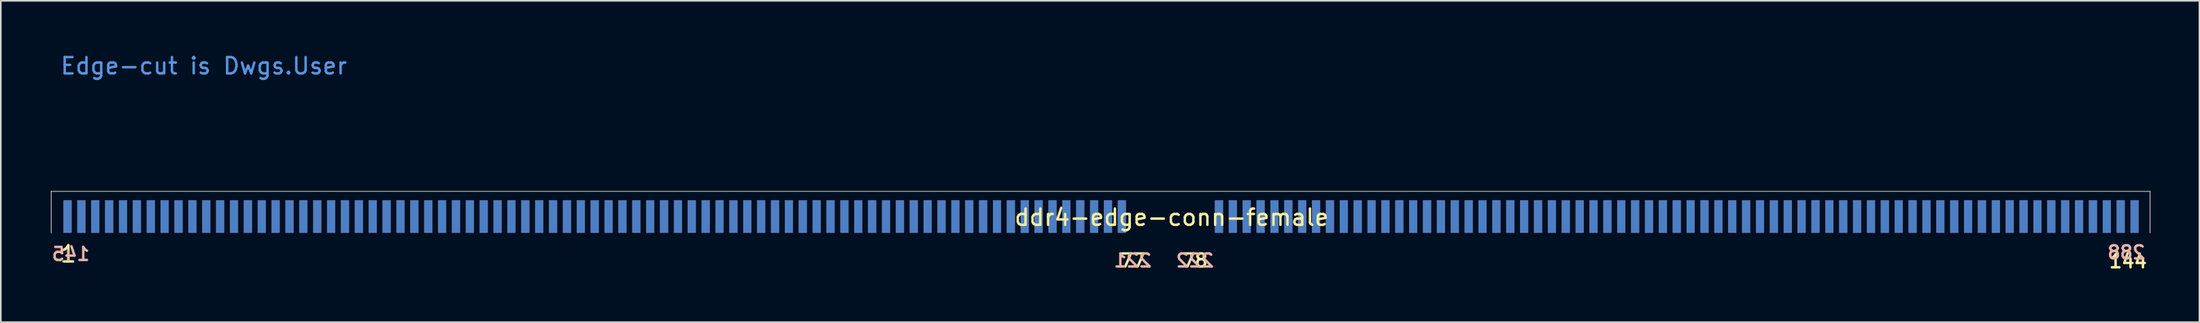
<source format=kicad_pcb>
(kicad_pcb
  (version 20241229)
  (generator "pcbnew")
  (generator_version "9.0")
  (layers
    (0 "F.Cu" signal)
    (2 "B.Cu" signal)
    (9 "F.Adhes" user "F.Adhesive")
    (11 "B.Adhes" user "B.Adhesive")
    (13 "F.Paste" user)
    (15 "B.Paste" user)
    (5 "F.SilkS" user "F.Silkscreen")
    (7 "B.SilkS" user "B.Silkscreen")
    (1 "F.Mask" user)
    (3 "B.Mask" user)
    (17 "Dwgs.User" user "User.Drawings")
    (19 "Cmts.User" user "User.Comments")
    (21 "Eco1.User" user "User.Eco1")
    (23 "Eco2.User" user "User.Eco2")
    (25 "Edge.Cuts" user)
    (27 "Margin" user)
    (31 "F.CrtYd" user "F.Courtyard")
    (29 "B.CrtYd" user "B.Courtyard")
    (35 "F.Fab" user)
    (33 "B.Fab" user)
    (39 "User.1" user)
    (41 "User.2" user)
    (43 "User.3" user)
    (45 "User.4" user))
  (footprint "ddr4-edge-conn-female"
    (layer "F.Cu")
    (at 65.088 0.25)
    (property "Reference" "ddr4-edge-conn-female" (at 3.65 10.05 0) (layer "F.SilkS") (effects (font (size 1 1) (thickness 0.15))))
    (attr exclude_from_pos_files exclude_from_bom)
    (fp_line (start -65 8.45) (end -65 11) (stroke (width 0.05) (type solid)) (layer "Dwgs.User"))
    (fp_line (start 63.6 8.45) (end -65 8.45) (stroke (width 0.05) (type solid)) (layer "Dwgs.User"))
    (fp_line (start 63.6 8.45) (end 63.6 11) (stroke (width 0.05) (type solid)) (layer "Dwgs.User"))
    (fp_text user "77" (at 1.27 12.7 0) (layer "F.SilkS") (effects (font (size 0.8 0.8) (thickness 0.15))))
    (fp_text user "78" (at 5.08 12.7 0) (layer "F.SilkS") (effects (font (size 0.8 0.8) (thickness 0.15))))
    (fp_text user "144" (at 62.25 12.75 0) (layer "F.SilkS") (effects (font (size 0.8 0.8) (thickness 0.15))))
    (fp_text user "1" (at -63.95 12.3 0) (layer "F.SilkS") (effects (font (size 1 1) (thickness 0.15))))
    (fp_text user "222" (at 5.08 12.7 0) (layer "B.SilkS") (effects (font (size 0.8 0.8) (thickness 0.15)) (justify mirror)))
    (fp_text user "145" (at -63.8 12.3 0) (layer "B.SilkS") (effects (font (size 0.8 0.8) (thickness 0.15)) (justify mirror)))
    (fp_text user "288" (at 62.15 12.2 0) (layer "B.SilkS") (effects (font (size 0.8 0.8) (thickness 0.15)) (justify mirror)))
    (fp_text user "221" (at 1.27 12.7 0) (layer "B.SilkS") (effects (font (size 0.8 0.8) (thickness 0.15)) (justify mirror)))
    (fp_text user "Edge-cut is Dwgs.User" (at -55.65 0.75 0) (layer "Cmts.User") (effects (font (size 1 1) (thickness 0.15))))
    (pad "1" smd rect (at -64 10) (size 0.5 2) (layers "F.Cu" "F.Mask"))
    (pad "2" smd rect (at -63.15 10) (size 0.5 2) (layers "F.Cu" "F.Mask"))
    (pad "3" smd rect (at -62.3 10) (size 0.5 2) (layers "F.Cu" "F.Mask"))
    (pad "4" smd rect (at -61.45 10) (size 0.5 2) (layers "F.Cu" "F.Mask"))
    (pad "5" smd rect (at -60.6 10) (size 0.5 2) (layers "F.Cu" "F.Mask"))
    (pad "6" smd rect (at -59.75 10) (size 0.5 2) (layers "F.Cu" "F.Mask"))
    (pad "7" smd rect (at -58.9 10) (size 0.5 2) (layers "F.Cu" "F.Mask"))
    (pad "8" smd rect (at -58.05 10) (size 0.5 2) (layers "F.Cu" "F.Mask"))
    (pad "9" smd rect (at -57.2 10) (size 0.5 2) (layers "F.Cu" "F.Mask"))
    (pad "10" smd rect (at -56.35 10) (size 0.5 2) (layers "F.Cu" "F.Mask"))
    (pad "11" smd rect (at -55.5 10) (size 0.5 2) (layers "F.Cu" "F.Mask"))
    (pad "12" smd rect (at -54.65 10) (size 0.5 2) (layers "F.Cu" "F.Mask"))
    (pad "13" smd rect (at -53.8 10) (size 0.5 2) (layers "F.Cu" "F.Mask"))
    (pad "14" smd rect (at -52.95 10) (size 0.5 2) (layers "F.Cu" "F.Mask"))
    (pad "15" smd rect (at -52.1 10) (size 0.5 2) (layers "F.Cu" "F.Mask"))
    (pad "16" smd rect (at -51.25 10) (size 0.5 2) (layers "F.Cu" "F.Mask"))
    (pad "17" smd rect (at -50.4 10) (size 0.5 2) (layers "F.Cu" "F.Mask"))
    (pad "18" smd rect (at -49.55 10) (size 0.5 2) (layers "F.Cu" "F.Mask"))
    (pad "19" smd rect (at -48.7 10) (size 0.5 2) (layers "F.Cu" "F.Mask"))
    (pad "20" smd rect (at -47.85 10) (size 0.5 2) (layers "F.Cu" "F.Mask"))
    (pad "21" smd rect (at -47 10) (size 0.5 2) (layers "F.Cu" "F.Mask"))
    (pad "22" smd rect (at -46.15 10) (size 0.5 2) (layers "F.Cu" "F.Mask"))
    (pad "23" smd rect (at -45.3 10) (size 0.5 2) (layers "F.Cu" "F.Mask"))
    (pad "24" smd rect (at -44.45 10) (size 0.5 2) (layers "F.Cu" "F.Mask"))
    (pad "25" smd rect (at -43.6 10) (size 0.5 2) (layers "F.Cu" "F.Mask"))
    (pad "26" smd rect (at -42.75 10) (size 0.5 2) (layers "F.Cu" "F.Mask"))
    (pad "27" smd rect (at -41.9 10) (size 0.5 2) (layers "F.Cu" "F.Mask"))
    (pad "28" smd rect (at -41.05 10) (size 0.5 2) (layers "F.Cu" "F.Mask"))
    (pad "29" smd rect (at -40.2 10) (size 0.5 2) (layers "F.Cu" "F.Mask"))
    (pad "30" smd rect (at -39.35 10) (size 0.5 2) (layers "F.Cu" "F.Mask"))
    (pad "31" smd rect (at -38.5 10) (size 0.5 2) (layers "F.Cu" "F.Mask"))
    (pad "32" smd rect (at -37.65 10) (size 0.5 2) (layers "F.Cu" "F.Mask"))
    (pad "33" smd rect (at -36.8 10) (size 0.5 2) (layers "F.Cu" "F.Mask"))
    (pad "34" smd rect (at -35.95 10) (size 0.5 2) (layers "F.Cu" "F.Mask"))
    (pad "35" smd rect (at -35.1 10) (size 0.5 2) (layers "F.Cu" "F.Mask"))
    (pad "36" smd rect (at -34.25 10) (size 0.5 2) (layers "F.Cu" "F.Mask"))
    (pad "37" smd rect (at -33.4 10) (size 0.5 2) (layers "F.Cu" "F.Mask"))
    (pad "38" smd rect (at -32.55 10) (size 0.5 2) (layers "F.Cu" "F.Mask"))
    (pad "39" smd rect (at -31.7 10) (size 0.5 2) (layers "F.Cu" "F.Mask"))
    (pad "40" smd rect (at -30.85 10) (size 0.5 2) (layers "F.Cu" "F.Mask"))
    (pad "41" smd rect (at -30 10) (size 0.5 2) (layers "F.Cu" "F.Mask"))
    (pad "42" smd rect (at -29.15 10) (size 0.5 2) (layers "F.Cu" "F.Mask"))
    (pad "43" smd rect (at -28.3 10) (size 0.5 2) (layers "F.Cu" "F.Mask"))
    (pad "44" smd rect (at -27.45 10) (size 0.5 2) (layers "F.Cu" "F.Mask"))
    (pad "45" smd rect (at -26.6 10) (size 0.5 2) (layers "F.Cu" "F.Mask"))
    (pad "46" smd rect (at -25.75 10) (size 0.5 2) (layers "F.Cu" "F.Mask"))
    (pad "47" smd rect (at -24.9 10) (size 0.5 2) (layers "F.Cu" "F.Mask"))
    (pad "48" smd rect (at -24.05 10) (size 0.5 2) (layers "F.Cu" "F.Mask"))
    (pad "49" smd rect (at -23.2 10) (size 0.5 2) (layers "F.Cu" "F.Mask"))
    (pad "50" smd rect (at -22.35 10) (size 0.5 2) (layers "F.Cu" "F.Mask"))
    (pad "51" smd rect (at -21.5 10) (size 0.5 2) (layers "F.Cu" "F.Mask"))
    (pad "52" smd rect (at -20.65 10) (size 0.5 2) (layers "F.Cu" "F.Mask"))
    (pad "53" smd rect (at -19.8 10) (size 0.5 2) (layers "F.Cu" "F.Mask"))
    (pad "54" smd rect (at -18.95 10) (size 0.5 2) (layers "F.Cu" "F.Mask"))
    (pad "55" smd rect (at -18.1 10) (size 0.5 2) (layers "F.Cu" "F.Mask"))
    (pad "56" smd rect (at -17.25 10) (size 0.5 2) (layers "F.Cu" "F.Mask"))
    (pad "57" smd rect (at -16.4 10) (size 0.5 2) (layers "F.Cu" "F.Mask"))
    (pad "58" smd rect (at -15.55 10) (size 0.5 2) (layers "F.Cu" "F.Mask"))
    (pad "59" smd rect (at -14.7 10) (size 0.5 2) (layers "F.Cu" "F.Mask"))
    (pad "60" smd rect (at -13.85 10) (size 0.5 2) (layers "F.Cu" "F.Mask"))
    (pad "61" smd rect (at -13 10) (size 0.5 2) (layers "F.Cu" "F.Mask"))
    (pad "62" smd rect (at -12.15 10) (size 0.5 2) (layers "F.Cu" "F.Mask"))
    (pad "63" smd rect (at -11.3 10) (size 0.5 2) (layers "F.Cu" "F.Mask"))
    (pad "64" smd rect (at -10.45 10) (size 0.5 2) (layers "F.Cu" "F.Mask"))
    (pad "65" smd rect (at -9.6 10) (size 0.5 2) (layers "F.Cu" "F.Mask"))
    (pad "66" smd rect (at -8.75 10) (size 0.5 2) (layers "F.Cu" "F.Mask"))
    (pad "67" smd rect (at -7.9 10) (size 0.5 2) (layers "F.Cu" "F.Mask"))
    (pad "68" smd rect (at -7.05 10) (size 0.5 2) (layers "F.Cu" "F.Mask"))
    (pad "69" smd rect (at -6.2 10) (size 0.5 2) (layers "F.Cu" "F.Mask"))
    (pad "70" smd rect (at -5.35 10) (size 0.5 2) (layers "F.Cu" "F.Mask"))
    (pad "71" smd rect (at -4.5 10) (size 0.5 2) (layers "F.Cu" "F.Mask"))
    (pad "72" smd rect (at -3.65 10) (size 0.5 2) (layers "F.Cu" "F.Mask"))
    (pad "73" smd rect (at -2.8 10) (size 0.5 2) (layers "F.Cu" "F.Mask"))
    (pad "74" smd rect (at -1.95 10) (size 0.5 2) (layers "F.Cu" "F.Mask"))
    (pad "75" smd rect (at -1.1 10) (size 0.5 2) (layers "F.Cu" "F.Mask"))
    (pad "76" smd rect (at -0.25 10) (size 0.5 2) (layers "F.Cu" "F.Mask"))
    (pad "77" smd rect (at 0.6 10) (size 0.5 2) (layers "F.Cu" "F.Mask"))
    (pad "78" smd rect (at 6.55 10) (size 0.5 2) (layers "F.Cu" "F.Mask"))
    (pad "79" smd rect (at 7.4 10) (size 0.5 2) (layers "F.Cu" "F.Mask"))
    (pad "80" smd rect (at 8.25 10) (size 0.5 2) (layers "F.Cu" "F.Mask"))
    (pad "81" smd rect (at 9.1 10) (size 0.5 2) (layers "F.Cu" "F.Mask"))
    (pad "82" smd rect (at 9.95 10) (size 0.5 2) (layers "F.Cu" "F.Mask"))
    (pad "83" smd rect (at 10.8 10) (size 0.5 2) (layers "F.Cu" "F.Mask"))
    (pad "84" smd rect (at 11.65 10) (size 0.5 2) (layers "F.Cu" "F.Mask"))
    (pad "85" smd rect (at 12.5 10) (size 0.5 2) (layers "F.Cu" "F.Mask"))
    (pad "86" smd rect (at 13.35 10) (size 0.5 2) (layers "F.Cu" "F.Mask"))
    (pad "87" smd rect (at 14.2 10) (size 0.5 2) (layers "F.Cu" "F.Mask"))
    (pad "88" smd rect (at 15.05 10) (size 0.5 2) (layers "F.Cu" "F.Mask"))
    (pad "89" smd rect (at 15.9 10) (size 0.5 2) (layers "F.Cu" "F.Mask"))
    (pad "90" smd rect (at 16.75 10) (size 0.5 2) (layers "F.Cu" "F.Mask"))
    (pad "91" smd rect (at 17.6 10) (size 0.5 2) (layers "F.Cu" "F.Mask"))
    (pad "92" smd rect (at 18.45 10) (size 0.5 2) (layers "F.Cu" "F.Mask"))
    (pad "93" smd rect (at 19.3 10) (size 0.5 2) (layers "F.Cu" "F.Mask"))
    (pad "94" smd rect (at 20.15 10) (size 0.5 2) (layers "F.Cu" "F.Mask"))
    (pad "95" smd rect (at 21 10) (size 0.5 2) (layers "F.Cu" "F.Mask"))
    (pad "96" smd rect (at 21.85 10) (size 0.5 2) (layers "F.Cu" "F.Mask"))
    (pad "97" smd rect (at 22.7 10) (size 0.5 2) (layers "F.Cu" "F.Mask"))
    (pad "98" smd rect (at 23.55 10) (size 0.5 2) (layers "F.Cu" "F.Mask"))
    (pad "99" smd rect (at 24.4 10) (size 0.5 2) (layers "F.Cu" "F.Mask"))
    (pad "100" smd rect (at 25.25 10) (size 0.5 2) (layers "F.Cu" "F.Mask"))
    (pad "101" smd rect (at 26.1 10) (size 0.5 2) (layers "F.Cu" "F.Mask"))
    (pad "102" smd rect (at 26.95 10) (size 0.5 2) (layers "F.Cu" "F.Mask"))
    (pad "103" smd rect (at 27.8 10) (size 0.5 2) (layers "F.Cu" "F.Mask"))
    (pad "104" smd rect (at 28.65 10) (size 0.5 2) (layers "F.Cu" "F.Mask"))
    (pad "105" smd rect (at 29.5 10) (size 0.5 2) (layers "F.Cu" "F.Mask"))
    (pad "106" smd rect (at 30.35 10) (size 0.5 2) (layers "F.Cu" "F.Mask"))
    (pad "107" smd rect (at 31.2 10) (size 0.5 2) (layers "F.Cu" "F.Mask"))
    (pad "108" smd rect (at 32.05 10) (size 0.5 2) (layers "F.Cu" "F.Mask"))
    (pad "109" smd rect (at 32.9 10) (size 0.5 2) (layers "F.Cu" "F.Mask"))
    (pad "110" smd rect (at 33.75 10) (size 0.5 2) (layers "F.Cu" "F.Mask"))
    (pad "111" smd rect (at 34.6 10) (size 0.5 2) (layers "F.Cu" "F.Mask"))
    (pad "112" smd rect (at 35.45 10) (size 0.5 2) (layers "F.Cu" "F.Mask"))
    (pad "113" smd rect (at 36.3 10) (size 0.5 2) (layers "F.Cu" "F.Mask"))
    (pad "114" smd rect (at 37.15 10) (size 0.5 2) (layers "F.Cu" "F.Mask"))
    (pad "115" smd rect (at 38 10) (size 0.5 2) (layers "F.Cu" "F.Mask"))
    (pad "116" smd rect (at 38.85 10) (size 0.5 2) (layers "F.Cu" "F.Mask"))
    (pad "117" smd rect (at 39.7 10) (size 0.5 2) (layers "F.Cu" "F.Mask"))
    (pad "118" smd rect (at 40.55 10) (size 0.5 2) (layers "F.Cu" "F.Mask"))
    (pad "119" smd rect (at 41.4 10) (size 0.5 2) (layers "F.Cu" "F.Mask"))
    (pad "120" smd rect (at 42.25 10) (size 0.5 2) (layers "F.Cu" "F.Mask"))
    (pad "121" smd rect (at 43.1 10) (size 0.5 2) (layers "F.Cu" "F.Mask"))
    (pad "122" smd rect (at 43.95 10) (size 0.5 2) (layers "F.Cu" "F.Mask"))
    (pad "123" smd rect (at 44.8 10) (size 0.5 2) (layers "F.Cu" "F.Mask"))
    (pad "124" smd rect (at 45.65 10) (size 0.5 2) (layers "F.Cu" "F.Mask"))
    (pad "125" smd rect (at 46.5 10) (size 0.5 2) (layers "F.Cu" "F.Mask"))
    (pad "126" smd rect (at 47.35 10) (size 0.5 2) (layers "F.Cu" "F.Mask"))
    (pad "127" smd rect (at 48.2 10) (size 0.5 2) (layers "F.Cu" "F.Mask"))
    (pad "128" smd rect (at 49.05 10) (size 0.5 2) (layers "F.Cu" "F.Mask"))
    (pad "129" smd rect (at 49.9 10) (size 0.5 2) (layers "F.Cu" "F.Mask"))
    (pad "130" smd rect (at 50.75 10) (size 0.5 2) (layers "F.Cu" "F.Mask"))
    (pad "131" smd rect (at 51.6 10) (size 0.5 2) (layers "F.Cu" "F.Mask"))
    (pad "132" smd rect (at 52.45 10) (size 0.5 2) (layers "F.Cu" "F.Mask"))
    (pad "133" smd rect (at 53.3 10) (size 0.5 2) (layers "F.Cu" "F.Mask"))
    (pad "134" smd rect (at 54.15 10) (size 0.5 2) (layers "F.Cu" "F.Mask"))
    (pad "135" smd rect (at 55 10) (size 0.5 2) (layers "F.Cu" "F.Mask"))
    (pad "136" smd rect (at 55.85 10) (size 0.5 2) (layers "F.Cu" "F.Mask"))
    (pad "137" smd rect (at 56.7 10) (size 0.5 2) (layers "F.Cu" "F.Mask"))
    (pad "138" smd rect (at 57.55 10) (size 0.5 2) (layers "F.Cu" "F.Mask"))
    (pad "139" smd rect (at 58.4 10) (size 0.5 2) (layers "F.Cu" "F.Mask"))
    (pad "140" smd rect (at 59.25 10) (size 0.5 2) (layers "F.Cu" "F.Mask"))
    (pad "141" smd rect (at 60.1 10) (size 0.5 2) (layers "F.Cu" "F.Mask"))
    (pad "142" smd rect (at 60.95 10) (size 0.5 2) (layers "F.Cu" "F.Mask"))
    (pad "143" smd rect (at 61.8 10) (size 0.5 2) (layers "F.Cu" "F.Mask"))
    (pad "144" smd rect (at 62.65 10) (size 0.5 2) (layers "F.Cu" "F.Mask"))
    (pad "145" smd rect (at -64 10 180) (size 0.5 2) (layers "B.Cu" "B.Mask"))
    (pad "146" smd rect (at -63.15 10 180) (size 0.5 2) (layers "B.Cu" "B.Mask"))
    (pad "147" smd rect (at -62.3 10 180) (size 0.5 2) (layers "B.Cu" "B.Mask"))
    (pad "148" smd rect (at -61.45 10 180) (size 0.5 2) (layers "B.Cu" "B.Mask"))
    (pad "149" smd rect (at -60.6 10 180) (size 0.5 2) (layers "B.Cu" "B.Mask"))
    (pad "150" smd rect (at -59.75 10 180) (size 0.5 2) (layers "B.Cu" "B.Mask"))
    (pad "151" smd rect (at -58.9 10 180) (size 0.5 2) (layers "B.Cu" "B.Mask"))
    (pad "152" smd rect (at -58.05 10 180) (size 0.5 2) (layers "B.Cu" "B.Mask"))
    (pad "153" smd rect (at -57.2 10 180) (size 0.5 2) (layers "B.Cu" "B.Mask"))
    (pad "154" smd rect (at -56.35 10 180) (size 0.5 2) (layers "B.Cu" "B.Mask"))
    (pad "155" smd rect (at -55.5 10 180) (size 0.5 2) (layers "B.Cu" "B.Mask"))
    (pad "156" smd rect (at -54.65 10 180) (size 0.5 2) (layers "B.Cu" "B.Mask"))
    (pad "157" smd rect (at -53.8 10 180) (size 0.5 2) (layers "B.Cu" "B.Mask"))
    (pad "158" smd rect (at -52.95 10 180) (size 0.5 2) (layers "B.Cu" "B.Mask"))
    (pad "159" smd rect (at -52.1 10 180) (size 0.5 2) (layers "B.Cu" "B.Mask"))
    (pad "160" smd rect (at -51.25 10 180) (size 0.5 2) (layers "B.Cu" "B.Mask"))
    (pad "161" smd rect (at -50.4 10 180) (size 0.5 2) (layers "B.Cu" "B.Mask"))
    (pad "162" smd rect (at -49.55 10 180) (size 0.5 2) (layers "B.Cu" "B.Mask"))
    (pad "163" smd rect (at -48.7 10 180) (size 0.5 2) (layers "B.Cu" "B.Mask"))
    (pad "164" smd rect (at -47.85 10 180) (size 0.5 2) (layers "B.Cu" "B.Mask"))
    (pad "165" smd rect (at -47 10 180) (size 0.5 2) (layers "B.Cu" "B.Mask"))
    (pad "166" smd rect (at -46.15 10 180) (size 0.5 2) (layers "B.Cu" "B.Mask"))
    (pad "167" smd rect (at -45.3 10 180) (size 0.5 2) (layers "B.Cu" "B.Mask"))
    (pad "168" smd rect (at -44.45 10 180) (size 0.5 2) (layers "B.Cu" "B.Mask"))
    (pad "169" smd rect (at -43.6 10 180) (size 0.5 2) (layers "B.Cu" "B.Mask"))
    (pad "170" smd rect (at -42.75 10 180) (size 0.5 2) (layers "B.Cu" "B.Mask"))
    (pad "171" smd rect (at -41.9 10 180) (size 0.5 2) (layers "B.Cu" "B.Mask"))
    (pad "172" smd rect (at -41.05 10 180) (size 0.5 2) (layers "B.Cu" "B.Mask"))
    (pad "173" smd rect (at -40.2 10 180) (size 0.5 2) (layers "B.Cu" "B.Mask"))
    (pad "174" smd rect (at -39.35 10 180) (size 0.5 2) (layers "B.Cu" "B.Mask"))
    (pad "175" smd rect (at -38.5 10 180) (size 0.5 2) (layers "B.Cu" "B.Mask"))
    (pad "176" smd rect (at -37.65 10 180) (size 0.5 2) (layers "B.Cu" "B.Mask"))
    (pad "177" smd rect (at -36.8 10 180) (size 0.5 2) (layers "B.Cu" "B.Mask"))
    (pad "178" smd rect (at -35.95 10 180) (size 0.5 2) (layers "B.Cu" "B.Mask"))
    (pad "179" smd rect (at -35.1 10 180) (size 0.5 2) (layers "B.Cu" "B.Mask"))
    (pad "180" smd rect (at -34.25 10 180) (size 0.5 2) (layers "B.Cu" "B.Mask"))
    (pad "181" smd rect (at -33.4 10 180) (size 0.5 2) (layers "B.Cu" "B.Mask"))
    (pad "182" smd rect (at -32.55 10 180) (size 0.5 2) (layers "B.Cu" "B.Mask"))
    (pad "183" smd rect (at -31.7 10 180) (size 0.5 2) (layers "B.Cu" "B.Mask"))
    (pad "184" smd rect (at -30.85 10 180) (size 0.5 2) (layers "B.Cu" "B.Mask"))
    (pad "185" smd rect (at -30 10 180) (size 0.5 2) (layers "B.Cu" "B.Mask"))
    (pad "186" smd rect (at -29.15 10 180) (size 0.5 2) (layers "B.Cu" "B.Mask"))
    (pad "187" smd rect (at -28.3 10 180) (size 0.5 2) (layers "B.Cu" "B.Mask"))
    (pad "188" smd rect (at -27.45 10 180) (size 0.5 2) (layers "B.Cu" "B.Mask"))
    (pad "189" smd rect (at -26.6 10 180) (size 0.5 2) (layers "B.Cu" "B.Mask"))
    (pad "190" smd rect (at -25.75 10 180) (size 0.5 2) (layers "B.Cu" "B.Mask"))
    (pad "191" smd rect (at -24.9 10 180) (size 0.5 2) (layers "B.Cu" "B.Mask"))
    (pad "192" smd rect (at -24.05 10 180) (size 0.5 2) (layers "B.Cu" "B.Mask"))
    (pad "193" smd rect (at -23.2 10 180) (size 0.5 2) (layers "B.Cu" "B.Mask"))
    (pad "194" smd rect (at -22.35 10 180) (size 0.5 2) (layers "B.Cu" "B.Mask"))
    (pad "195" smd rect (at -21.5 10 180) (size 0.5 2) (layers "B.Cu" "B.Mask"))
    (pad "196" smd rect (at -20.65 10 180) (size 0.5 2) (layers "B.Cu" "B.Mask"))
    (pad "197" smd rect (at -19.8 10 180) (size 0.5 2) (layers "B.Cu" "B.Mask"))
    (pad "198" smd rect (at -18.95 10 180) (size 0.5 2) (layers "B.Cu" "B.Mask"))
    (pad "199" smd rect (at -18.1 10 180) (size 0.5 2) (layers "B.Cu" "B.Mask"))
    (pad "200" smd rect (at -17.25 10 180) (size 0.5 2) (layers "B.Cu" "B.Mask"))
    (pad "201" smd rect (at -16.4 10 180) (size 0.5 2) (layers "B.Cu" "B.Mask"))
    (pad "202" smd rect (at -15.55 10 180) (size 0.5 2) (layers "B.Cu" "B.Mask"))
    (pad "203" smd rect (at -14.7 10 180) (size 0.5 2) (layers "B.Cu" "B.Mask"))
    (pad "204" smd rect (at -13.85 10 180) (size 0.5 2) (layers "B.Cu" "B.Mask"))
    (pad "205" smd rect (at -13 10 180) (size 0.5 2) (layers "B.Cu" "B.Mask"))
    (pad "206" smd rect (at -12.15 10 180) (size 0.5 2) (layers "B.Cu" "B.Mask"))
    (pad "207" smd rect (at -11.3 10 180) (size 0.5 2) (layers "B.Cu" "B.Mask"))
    (pad "208" smd rect (at -10.45 10 180) (size 0.5 2) (layers "B.Cu" "B.Mask"))
    (pad "209" smd rect (at -9.6 10 180) (size 0.5 2) (layers "B.Cu" "B.Mask"))
    (pad "210" smd rect (at -8.75 10 180) (size 0.5 2) (layers "B.Cu" "B.Mask"))
    (pad "211" smd rect (at -7.9 10 180) (size 0.5 2) (layers "B.Cu" "B.Mask"))
    (pad "212" smd rect (at -7.05 10 180) (size 0.5 2) (layers "B.Cu" "B.Mask"))
    (pad "213" smd rect (at -6.2 10 180) (size 0.5 2) (layers "B.Cu" "B.Mask"))
    (pad "214" smd rect (at -5.35 10 180) (size 0.5 2) (layers "B.Cu" "B.Mask"))
    (pad "215" smd rect (at -4.5 10 180) (size 0.5 2) (layers "B.Cu" "B.Mask"))
    (pad "216" smd rect (at -3.65 10 180) (size 0.5 2) (layers "B.Cu" "B.Mask"))
    (pad "217" smd rect (at -2.8 10 180) (size 0.5 2) (layers "B.Cu" "B.Mask"))
    (pad "218" smd rect (at -1.95 10 180) (size 0.5 2) (layers "B.Cu" "B.Mask"))
    (pad "219" smd rect (at -1.1 10 180) (size 0.5 2) (layers "B.Cu" "B.Mask"))
    (pad "220" smd rect (at -0.25 10 180) (size 0.5 2) (layers "B.Cu" "B.Mask"))
    (pad "221" smd rect (at 0.6 10 180) (size 0.5 2) (layers "B.Cu" "B.Mask"))
    (pad "222" smd rect (at 6.55 10 180) (size 0.5 2) (layers "B.Cu" "B.Mask"))
    (pad "223" smd rect (at 7.4 10 180) (size 0.5 2) (layers "B.Cu" "B.Mask"))
    (pad "224" smd rect (at 8.25 10 180) (size 0.5 2) (layers "B.Cu" "B.Mask"))
    (pad "225" smd rect (at 9.1 10 180) (size 0.5 2) (layers "B.Cu" "B.Mask"))
    (pad "226" smd rect (at 9.95 10 180) (size 0.5 2) (layers "B.Cu" "B.Mask"))
    (pad "227" smd rect (at 10.8 10 180) (size 0.5 2) (layers "B.Cu" "B.Mask"))
    (pad "228" smd rect (at 11.65 10 180) (size 0.5 2) (layers "B.Cu" "B.Mask"))
    (pad "229" smd rect (at 12.5 10 180) (size 0.5 2) (layers "B.Cu" "B.Mask"))
    (pad "230" smd rect (at 13.35 10 180) (size 0.5 2) (layers "B.Cu" "B.Mask"))
    (pad "231" smd rect (at 14.2 10 180) (size 0.5 2) (layers "B.Cu" "B.Mask"))
    (pad "232" smd rect (at 15.05 10 180) (size 0.5 2) (layers "B.Cu" "B.Mask"))
    (pad "233" smd rect (at 15.9 10 180) (size 0.5 2) (layers "B.Cu" "B.Mask"))
    (pad "234" smd rect (at 16.75 10 180) (size 0.5 2) (layers "B.Cu" "B.Mask"))
    (pad "235" smd rect (at 17.6 10 180) (size 0.5 2) (layers "B.Cu" "B.Mask"))
    (pad "236" smd rect (at 18.45 10 180) (size 0.5 2) (layers "B.Cu" "B.Mask"))
    (pad "237" smd rect (at 19.3 10 180) (size 0.5 2) (layers "B.Cu" "B.Mask"))
    (pad "238" smd rect (at 20.15 10 180) (size 0.5 2) (layers "B.Cu" "B.Mask"))
    (pad "239" smd rect (at 21 10 180) (size 0.5 2) (layers "B.Cu" "B.Mask"))
    (pad "240" smd rect (at 21.85 10 180) (size 0.5 2) (layers "B.Cu" "B.Mask"))
    (pad "241" smd rect (at 22.7 10 180) (size 0.5 2) (layers "B.Cu" "B.Mask"))
    (pad "242" smd rect (at 23.55 10 180) (size 0.5 2) (layers "B.Cu" "B.Mask"))
    (pad "243" smd rect (at 24.4 10 180) (size 0.5 2) (layers "B.Cu" "B.Mask"))
    (pad "244" smd rect (at 25.25 10 180) (size 0.5 2) (layers "B.Cu" "B.Mask"))
    (pad "245" smd rect (at 26.1 10 180) (size 0.5 2) (layers "B.Cu" "B.Mask"))
    (pad "246" smd rect (at 26.95 10 180) (size 0.5 2) (layers "B.Cu" "B.Mask"))
    (pad "247" smd rect (at 27.8 10 180) (size 0.5 2) (layers "B.Cu" "B.Mask"))
    (pad "248" smd rect (at 28.65 10 180) (size 0.5 2) (layers "B.Cu" "B.Mask"))
    (pad "249" smd rect (at 29.5 10 180) (size 0.5 2) (layers "B.Cu" "B.Mask"))
    (pad "250" smd rect (at 30.35 10 180) (size 0.5 2) (layers "B.Cu" "B.Mask"))
    (pad "251" smd rect (at 31.2 10 180) (size 0.5 2) (layers "B.Cu" "B.Mask"))
    (pad "252" smd rect (at 32.05 10 180) (size 0.5 2) (layers "B.Cu" "B.Mask"))
    (pad "253" smd rect (at 32.9 10 180) (size 0.5 2) (layers "B.Cu" "B.Mask"))
    (pad "254" smd rect (at 33.75 10 180) (size 0.5 2) (layers "B.Cu" "B.Mask"))
    (pad "255" smd rect (at 34.6 10 180) (size 0.5 2) (layers "B.Cu" "B.Mask"))
    (pad "256" smd rect (at 35.45 10 180) (size 0.5 2) (layers "B.Cu" "B.Mask"))
    (pad "257" smd rect (at 36.3 10 180) (size 0.5 2) (layers "B.Cu" "B.Mask"))
    (pad "258" smd rect (at 37.15 10 180) (size 0.5 2) (layers "B.Cu" "B.Mask"))
    (pad "259" smd rect (at 38 10 180) (size 0.5 2) (layers "B.Cu" "B.Mask"))
    (pad "260" smd rect (at 38.85 10 180) (size 0.5 2) (layers "B.Cu" "B.Mask"))
    (pad "261" smd rect (at 39.7 10 180) (size 0.5 2) (layers "B.Cu" "B.Mask"))
    (pad "262" smd rect (at 40.55 10 180) (size 0.5 2) (layers "B.Cu" "B.Mask"))
    (pad "263" smd rect (at 41.4 10 180) (size 0.5 2) (layers "B.Cu" "B.Mask"))
    (pad "264" smd rect (at 42.25 10 180) (size 0.5 2) (layers "B.Cu" "B.Mask"))
    (pad "265" smd rect (at 43.1 10 180) (size 0.5 2) (layers "B.Cu" "B.Mask"))
    (pad "266" smd rect (at 43.95 10 180) (size 0.5 2) (layers "B.Cu" "B.Mask"))
    (pad "267" smd rect (at 44.8 10 180) (size 0.5 2) (layers "B.Cu" "B.Mask"))
    (pad "268" smd rect (at 45.65 10 180) (size 0.5 2) (layers "B.Cu" "B.Mask"))
    (pad "269" smd rect (at 46.5 10 180) (size 0.5 2) (layers "B.Cu" "B.Mask"))
    (pad "270" smd rect (at 47.35 10 180) (size 0.5 2) (layers "B.Cu" "B.Mask"))
    (pad "271" smd rect (at 48.2 10 180) (size 0.5 2) (layers "B.Cu" "B.Mask"))
    (pad "272" smd rect (at 49.05 10 180) (size 0.5 2) (layers "B.Cu" "B.Mask"))
    (pad "273" smd rect (at 49.9 10 180) (size 0.5 2) (layers "B.Cu" "B.Mask"))
    (pad "274" smd rect (at 50.75 10 180) (size 0.5 2) (layers "B.Cu" "B.Mask"))
    (pad "275" smd rect (at 51.6 10 180) (size 0.5 2) (layers "B.Cu" "B.Mask"))
    (pad "276" smd rect (at 52.45 10 180) (size 0.5 2) (layers "B.Cu" "B.Mask"))
    (pad "277" smd rect (at 53.3 10 180) (size 0.5 2) (layers "B.Cu" "B.Mask"))
    (pad "278" smd rect (at 54.15 10 180) (size 0.5 2) (layers "B.Cu" "B.Mask"))
    (pad "279" smd rect (at 55 10 180) (size 0.5 2) (layers "B.Cu" "B.Mask"))
    (pad "280" smd rect (at 55.85 10 180) (size 0.5 2) (layers "B.Cu" "B.Mask"))
    (pad "281" smd rect (at 56.7 10 180) (size 0.5 2) (layers "B.Cu" "B.Mask"))
    (pad "282" smd rect (at 57.55 10 180) (size 0.5 2) (layers "B.Cu" "B.Mask"))
    (pad "283" smd rect (at 58.4 10 180) (size 0.5 2) (layers "B.Cu" "B.Mask"))
    (pad "284" smd rect (at 59.25 10 180) (size 0.5 2) (layers "B.Cu" "B.Mask"))
    (pad "285" smd rect (at 60.1 10 180) (size 0.5 2) (layers "B.Cu" "B.Mask"))
    (pad "286" smd rect (at 60.95 10 180) (size 0.5 2) (layers "B.Cu" "B.Mask"))
    (pad "287" smd rect (at 61.8 10 180) (size 0.5 2) (layers "B.Cu" "B.Mask"))
    (pad "288" smd rect (at 62.65 10 180) (size 0.5 2) (layers "B.Cu" "B.Mask")))
  (gr_rect
    (start -3 -3)
    (end 131.713 16.731)
    (stroke (width 0.1) (type default))
    (fill no)
    (layer "Edge.Cuts")))
</source>
